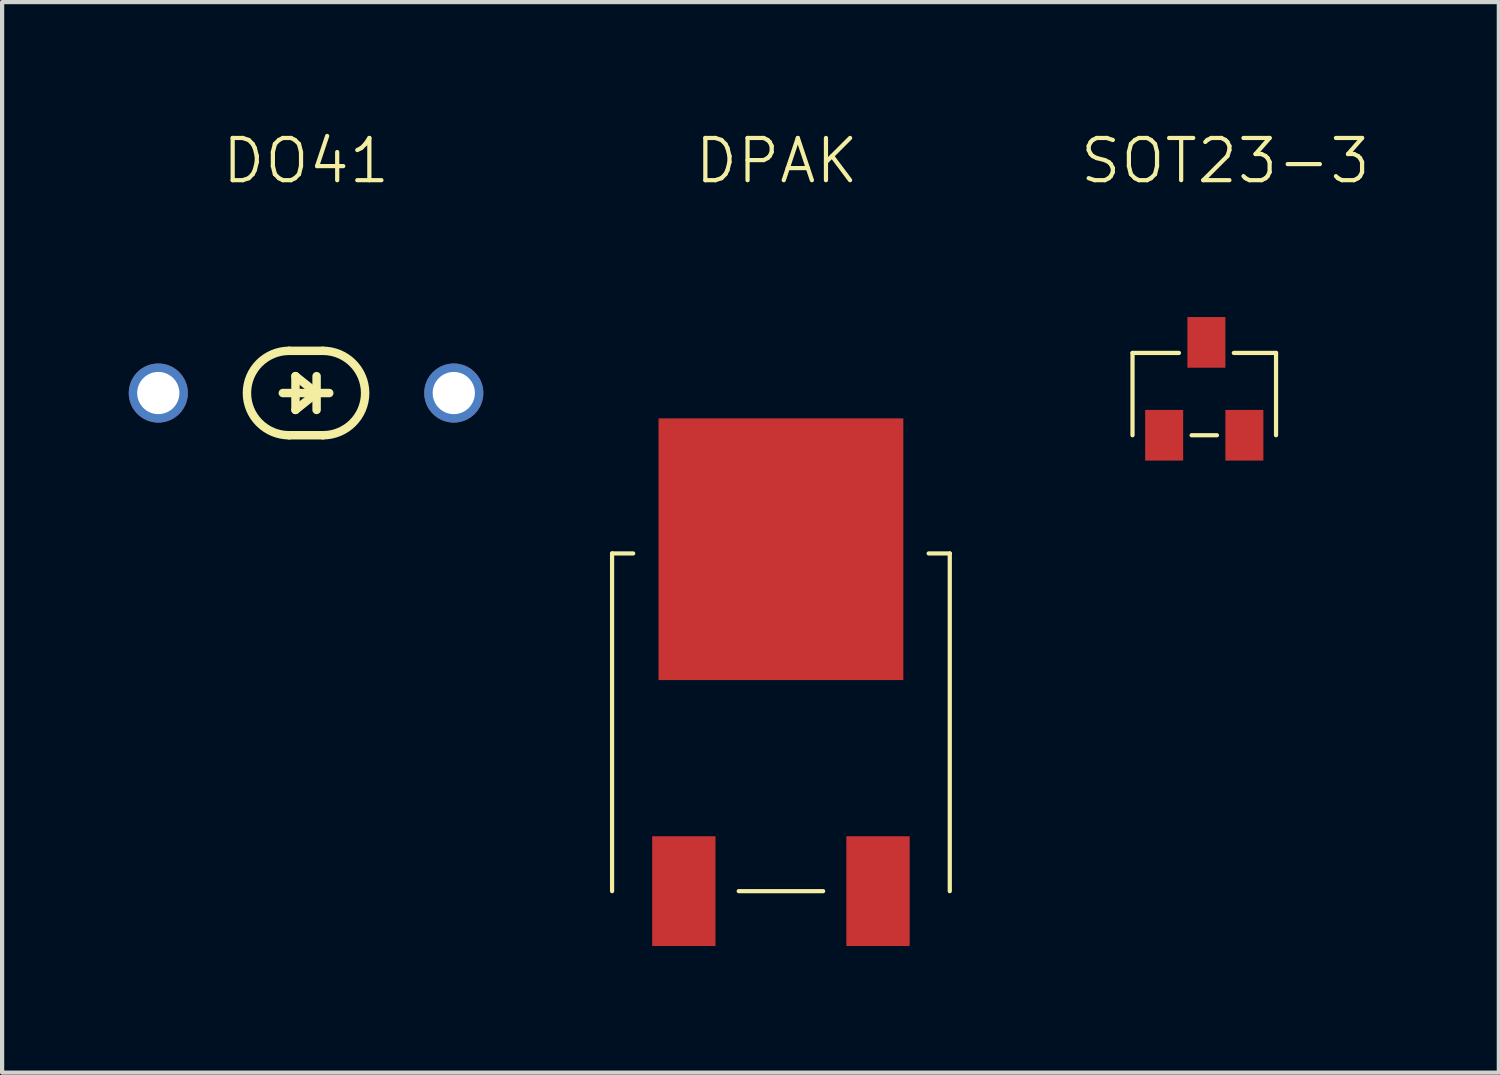
<source format=kicad_pcb>
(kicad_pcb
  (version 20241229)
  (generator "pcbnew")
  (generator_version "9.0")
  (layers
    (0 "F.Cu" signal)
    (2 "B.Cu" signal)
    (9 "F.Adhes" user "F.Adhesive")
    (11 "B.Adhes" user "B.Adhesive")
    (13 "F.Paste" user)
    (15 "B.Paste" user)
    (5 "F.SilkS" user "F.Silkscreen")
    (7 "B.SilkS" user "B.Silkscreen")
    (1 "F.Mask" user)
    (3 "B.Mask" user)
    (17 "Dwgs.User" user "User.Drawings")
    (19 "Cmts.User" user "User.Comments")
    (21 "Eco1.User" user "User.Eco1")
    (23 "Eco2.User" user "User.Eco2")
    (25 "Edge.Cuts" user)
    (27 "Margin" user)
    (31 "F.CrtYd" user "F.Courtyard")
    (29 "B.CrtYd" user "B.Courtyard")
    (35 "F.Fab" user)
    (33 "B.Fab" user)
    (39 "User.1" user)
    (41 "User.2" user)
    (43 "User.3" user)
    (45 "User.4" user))
  (footprint "DO41"
    (layer "F.Cu")
    (at 4.2 6.261)
    (property "Reference" "DO41" (at 0 -5.5 0) (unlocked yes) (layer "F.SilkS") (effects (font (size 1 1) (thickness 0.1))))
    (attr through_hole)
    (fp_line (start -0.55 0) (end 0.55 0) (stroke (width 0.2) (type default)) (layer "F.SilkS"))
    (fp_line (start -0.4 -1) (end 0.4 -1) (stroke (width 0.2) (type default)) (layer "F.SilkS"))
    (fp_line (start -0.25 -0.4) (end -0.25 0.4) (stroke (width 0.2) (type default)) (layer "F.SilkS"))
    (fp_line (start -0.25 0.4) (end 0.25 0) (stroke (width 0.2) (type default)) (layer "F.SilkS"))
    (fp_line (start 0.25 -0.4) (end 0.25 0.4) (stroke (width 0.2) (type default)) (layer "F.SilkS"))
    (fp_line (start 0.25 0) (end -0.25 -0.4) (stroke (width 0.2) (type default)) (layer "F.SilkS"))
    (fp_line (start 0.4 1) (end -0.4 1) (stroke (width 0.2) (type default)) (layer "F.SilkS"))
    (fp_arc (start -0.4 1) (mid -1.4 0) (end -0.4 -1) (stroke (width 0.2) (type default)) (layer "F.SilkS"))
    (fp_arc (start 0.4 -1) (mid 1.4 0) (end 0.4 1) (stroke (width 0.2) (type default)) (layer "F.SilkS"))
    (pad "1" thru_hole circle (at -3.5 0) (size 1.4 1.4) (drill 1) (layers "*.Cu" "*.Mask"))
    (pad "2" thru_hole circle (at 3.5 0) (size 1.4 1.4) (drill 1) (layers "*.Cu" "*.Mask")))
  (footprint "DPAK"
    (layer "F.Cu")
    (at 15.45 18.061)
    (property "Reference" "DPAK" (at -0.1 -17.3 0) (unlocked yes) (layer "F.SilkS") (effects (font (size 1 1) (thickness 0.1))))
    (attr smd)
    (fp_line (start -4 -8) (end -3.5 -8) (stroke (width 0.1) (type default)) (layer "F.SilkS"))
    (fp_line (start -4 0) (end -4 -8) (stroke (width 0.1) (type default)) (layer "F.SilkS"))
    (fp_line (start 1 0) (end -1 0) (stroke (width 0.1) (type default)) (layer "F.SilkS"))
    (fp_line (start 4 -8) (end 3.5 -8) (stroke (width 0.1) (type default)) (layer "F.SilkS"))
    (fp_line (start 4 0) (end 4 -8) (stroke (width 0.1) (type default)) (layer "F.SilkS"))
    (pad "1" smd rect (at -2.3 0) (size 1.5 2.6) (layers "F.Cu" "F.Mask" "F.Paste"))
    (pad "2" smd rect (at 2.3 0) (size 1.5 2.6) (layers "F.Cu" "F.Mask" "F.Paste"))
    (pad "3" smd rect (at 0 -8.1) (size 5.8 6.2) (layers "F.Cu" "F.Mask" "F.Paste")))
  (footprint "SOT23-3"
    (layer "F.Cu")
    (at 25.479 7.261)
    (property "Reference" "SOT23-3" (at 0.5 -6.5 0) (unlocked yes) (layer "F.SilkS") (effects (font (size 1 1) (thickness 0.1))))
    (attr through_hole)
    (fp_line (start -1.7 0) (end -1.7 -1.95) (stroke (width 0.1) (type solid)) (layer "F.SilkS"))
    (fp_line (start -0.6 -1.95) (end -1.7 -1.95) (stroke (width 0.1) (type solid)) (layer "F.SilkS"))
    (fp_line (start 0.3 0) (end -0.3 0) (stroke (width 0.1) (type solid)) (layer "F.SilkS"))
    (fp_line (start 1.7 -1.95) (end 0.7 -1.95) (stroke (width 0.1) (type solid)) (layer "F.SilkS"))
    (fp_line (start 1.7 0) (end 1.7 -1.95) (stroke (width 0.1) (type solid)) (layer "F.SilkS"))
    (pad "1" smd rect (at -0.95 0 90) (size 1.2 0.9) (layers "F.Cu" "F.Mask" "F.Paste"))
    (pad "2" smd rect (at 0.95 0 90) (size 1.2 0.9) (layers "F.Cu" "F.Mask" "F.Paste"))
    (pad "3" smd rect (at 0.05 -2.2 90) (size 1.2 0.9) (layers "F.Cu" "F.Mask" "F.Paste")))
  (gr_rect
    (start -3 -3)
    (end 32.457 22.36)
    (stroke (width 0.1) (type default))
    (fill no)
    (layer "Edge.Cuts")))
</source>
